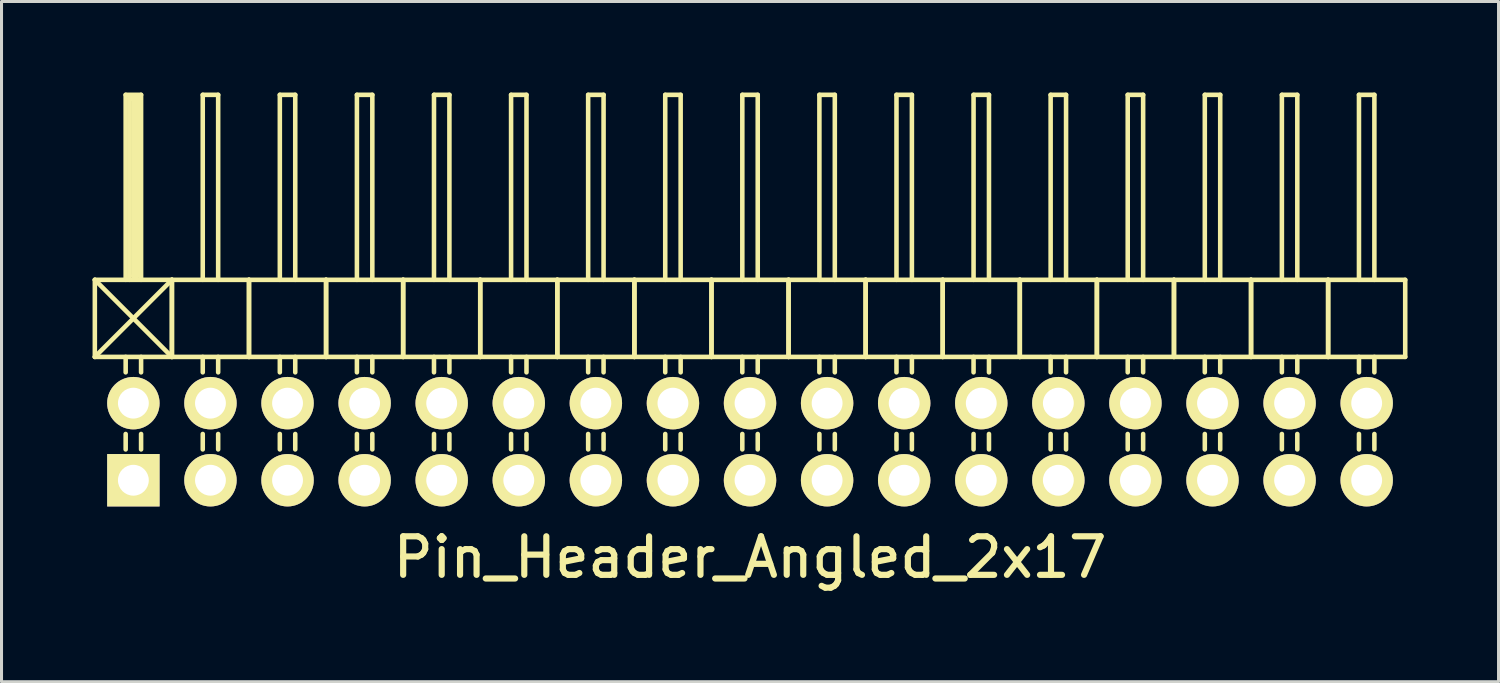
<source format=kicad_pcb>
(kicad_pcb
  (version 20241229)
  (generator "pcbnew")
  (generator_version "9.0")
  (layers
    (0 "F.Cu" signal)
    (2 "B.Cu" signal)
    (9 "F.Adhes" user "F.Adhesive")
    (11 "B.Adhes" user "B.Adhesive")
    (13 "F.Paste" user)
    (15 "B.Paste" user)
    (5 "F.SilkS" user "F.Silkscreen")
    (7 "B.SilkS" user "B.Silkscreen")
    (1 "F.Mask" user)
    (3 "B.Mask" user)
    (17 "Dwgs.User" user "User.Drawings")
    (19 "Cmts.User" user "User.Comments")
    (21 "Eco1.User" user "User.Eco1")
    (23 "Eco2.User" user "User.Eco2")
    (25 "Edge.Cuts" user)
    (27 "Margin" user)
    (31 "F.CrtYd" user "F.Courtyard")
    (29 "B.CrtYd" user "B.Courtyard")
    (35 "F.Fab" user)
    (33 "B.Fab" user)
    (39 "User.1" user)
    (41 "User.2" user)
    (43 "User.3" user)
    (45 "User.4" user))
  (footprint "Pin_Header_Angled_2x17"
    (layer "F.Cu")
    (at 21.665 11.505)
    (property "Reference" "Pin_Header_Angled_2x17" (at 0 3.81 0) (layer "F.SilkS") (effects (font (size 1.27 1.27) (thickness 0.203))))
    (attr through_hole)
    (fp_line (start -21.59 -5.334) (end -19.05 -2.794) (stroke (width 0.15) (type solid)) (layer "F.SilkS"))
    (fp_line (start -21.59 -2.794) (end -21.59 -5.334) (stroke (width 0.15) (type solid)) (layer "F.SilkS"))
    (fp_line (start -21.59 -2.794) (end -19.05 -5.334) (stroke (width 0.15) (type solid)) (layer "F.SilkS"))
    (fp_line (start -21.59 -2.794) (end -19.05 -2.794) (stroke (width 0.15) (type solid)) (layer "F.SilkS"))
    (fp_line (start -20.574 -11.43) (end -20.066 -11.43) (stroke (width 0.15) (type solid)) (layer "F.SilkS"))
    (fp_line (start -20.574 -5.334) (end -20.574 -11.43) (stroke (width 0.15) (type solid)) (layer "F.SilkS"))
    (fp_line (start -20.574 -2.794) (end -20.574 -2.286) (stroke (width 0.15) (type solid)) (layer "F.SilkS"))
    (fp_line (start -20.574 -0.254) (end -20.574 0.254) (stroke (width 0.15) (type solid)) (layer "F.SilkS"))
    (fp_line (start -20.447 -11.303) (end -20.193 -11.303) (stroke (width 0.15) (type solid)) (layer "F.SilkS"))
    (fp_line (start -20.447 -5.334) (end -20.447 -11.303) (stroke (width 0.15) (type solid)) (layer "F.SilkS"))
    (fp_line (start -20.32 -5.461) (end -20.32 -11.303) (stroke (width 0.15) (type solid)) (layer "F.SilkS"))
    (fp_line (start -20.193 -11.303) (end -20.193 -5.461) (stroke (width 0.15) (type solid)) (layer "F.SilkS"))
    (fp_line (start -20.193 -5.461) (end -20.32 -5.461) (stroke (width 0.15) (type solid)) (layer "F.SilkS"))
    (fp_line (start -20.066 -11.43) (end -20.066 -5.334) (stroke (width 0.15) (type solid)) (layer "F.SilkS"))
    (fp_line (start -20.066 -2.794) (end -20.066 -2.286) (stroke (width 0.15) (type solid)) (layer "F.SilkS"))
    (fp_line (start -20.066 -0.254) (end -20.066 0.254) (stroke (width 0.15) (type solid)) (layer "F.SilkS"))
    (fp_line (start -19.05 -5.334) (end -21.59 -5.334) (stroke (width 0.15) (type solid)) (layer "F.SilkS"))
    (fp_line (start -19.05 -2.794) (end -19.05 -5.334) (stroke (width 0.15) (type solid)) (layer "F.SilkS"))
    (fp_line (start -19.05 -2.794) (end -19.05 -5.334) (stroke (width 0.15) (type solid)) (layer "F.SilkS"))
    (fp_line (start -19.05 -2.794) (end -16.51 -2.794) (stroke (width 0.15) (type solid)) (layer "F.SilkS"))
    (fp_line (start -18.034 -11.43) (end -17.526 -11.43) (stroke (width 0.15) (type solid)) (layer "F.SilkS"))
    (fp_line (start -18.034 -5.334) (end -18.034 -11.43) (stroke (width 0.15) (type solid)) (layer "F.SilkS"))
    (fp_line (start -18.034 -2.794) (end -18.034 -2.286) (stroke (width 0.15) (type solid)) (layer "F.SilkS"))
    (fp_line (start -18.034 -0.254) (end -18.034 0.254) (stroke (width 0.15) (type solid)) (layer "F.SilkS"))
    (fp_line (start -17.526 -11.43) (end -17.526 -5.334) (stroke (width 0.15) (type solid)) (layer "F.SilkS"))
    (fp_line (start -17.526 -2.794) (end -17.526 -2.286) (stroke (width 0.15) (type solid)) (layer "F.SilkS"))
    (fp_line (start -17.526 -0.254) (end -17.526 0.254) (stroke (width 0.15) (type solid)) (layer "F.SilkS"))
    (fp_line (start -16.51 -5.334) (end -19.05 -5.334) (stroke (width 0.15) (type solid)) (layer "F.SilkS"))
    (fp_line (start -16.51 -2.794) (end -16.51 -5.334) (stroke (width 0.15) (type solid)) (layer "F.SilkS"))
    (fp_line (start -16.51 -2.794) (end -16.51 -5.334) (stroke (width 0.15) (type solid)) (layer "F.SilkS"))
    (fp_line (start -16.51 -2.794) (end -13.97 -2.794) (stroke (width 0.15) (type solid)) (layer "F.SilkS"))
    (fp_line (start -15.494 -11.43) (end -14.986 -11.43) (stroke (width 0.15) (type solid)) (layer "F.SilkS"))
    (fp_line (start -15.494 -5.334) (end -15.494 -11.43) (stroke (width 0.15) (type solid)) (layer "F.SilkS"))
    (fp_line (start -15.494 -2.794) (end -15.494 -2.286) (stroke (width 0.15) (type solid)) (layer "F.SilkS"))
    (fp_line (start -15.494 -0.254) (end -15.494 0.254) (stroke (width 0.15) (type solid)) (layer "F.SilkS"))
    (fp_line (start -14.986 -11.43) (end -14.986 -5.334) (stroke (width 0.15) (type solid)) (layer "F.SilkS"))
    (fp_line (start -14.986 -2.794) (end -14.986 -2.286) (stroke (width 0.15) (type solid)) (layer "F.SilkS"))
    (fp_line (start -14.986 -0.254) (end -14.986 0.254) (stroke (width 0.15) (type solid)) (layer "F.SilkS"))
    (fp_line (start -13.97 -5.334) (end -16.51 -5.334) (stroke (width 0.15) (type solid)) (layer "F.SilkS"))
    (fp_line (start -13.97 -2.794) (end -13.97 -5.334) (stroke (width 0.15) (type solid)) (layer "F.SilkS"))
    (fp_line (start -13.97 -2.794) (end -13.97 -5.334) (stroke (width 0.15) (type solid)) (layer "F.SilkS"))
    (fp_line (start -13.97 -2.794) (end -11.43 -2.794) (stroke (width 0.15) (type solid)) (layer "F.SilkS"))
    (fp_line (start -12.954 -11.43) (end -12.446 -11.43) (stroke (width 0.15) (type solid)) (layer "F.SilkS"))
    (fp_line (start -12.954 -5.334) (end -12.954 -11.43) (stroke (width 0.15) (type solid)) (layer "F.SilkS"))
    (fp_line (start -12.954 -2.794) (end -12.954 -2.286) (stroke (width 0.15) (type solid)) (layer "F.SilkS"))
    (fp_line (start -12.954 -0.254) (end -12.954 0.254) (stroke (width 0.15) (type solid)) (layer "F.SilkS"))
    (fp_line (start -12.446 -11.43) (end -12.446 -5.334) (stroke (width 0.15) (type solid)) (layer "F.SilkS"))
    (fp_line (start -12.446 -2.794) (end -12.446 -2.286) (stroke (width 0.15) (type solid)) (layer "F.SilkS"))
    (fp_line (start -12.446 -0.254) (end -12.446 0.254) (stroke (width 0.15) (type solid)) (layer "F.SilkS"))
    (fp_line (start -11.43 -5.334) (end -13.97 -5.334) (stroke (width 0.15) (type solid)) (layer "F.SilkS"))
    (fp_line (start -11.43 -2.794) (end -11.43 -5.334) (stroke (width 0.15) (type solid)) (layer "F.SilkS"))
    (fp_line (start -11.43 -2.794) (end -11.43 -5.334) (stroke (width 0.15) (type solid)) (layer "F.SilkS"))
    (fp_line (start -11.43 -2.794) (end -8.89 -2.794) (stroke (width 0.15) (type solid)) (layer "F.SilkS"))
    (fp_line (start -10.414 -11.43) (end -9.906 -11.43) (stroke (width 0.15) (type solid)) (layer "F.SilkS"))
    (fp_line (start -10.414 -5.334) (end -10.414 -11.43) (stroke (width 0.15) (type solid)) (layer "F.SilkS"))
    (fp_line (start -10.414 -2.794) (end -10.414 -2.286) (stroke (width 0.15) (type solid)) (layer "F.SilkS"))
    (fp_line (start -10.414 -0.254) (end -10.414 0.254) (stroke (width 0.15) (type solid)) (layer "F.SilkS"))
    (fp_line (start -9.906 -11.43) (end -9.906 -5.334) (stroke (width 0.15) (type solid)) (layer "F.SilkS"))
    (fp_line (start -9.906 -2.794) (end -9.906 -2.286) (stroke (width 0.15) (type solid)) (layer "F.SilkS"))
    (fp_line (start -9.906 -0.254) (end -9.906 0.254) (stroke (width 0.15) (type solid)) (layer "F.SilkS"))
    (fp_line (start -8.89 -5.334) (end -11.43 -5.334) (stroke (width 0.15) (type solid)) (layer "F.SilkS"))
    (fp_line (start -8.89 -2.794) (end -8.89 -5.334) (stroke (width 0.15) (type solid)) (layer "F.SilkS"))
    (fp_line (start -8.89 -2.794) (end -8.89 -5.334) (stroke (width 0.15) (type solid)) (layer "F.SilkS"))
    (fp_line (start -8.89 -2.794) (end -6.35 -2.794) (stroke (width 0.15) (type solid)) (layer "F.SilkS"))
    (fp_line (start -7.874 -11.43) (end -7.366 -11.43) (stroke (width 0.15) (type solid)) (layer "F.SilkS"))
    (fp_line (start -7.874 -5.334) (end -7.874 -11.43) (stroke (width 0.15) (type solid)) (layer "F.SilkS"))
    (fp_line (start -7.874 -2.794) (end -7.874 -2.286) (stroke (width 0.15) (type solid)) (layer "F.SilkS"))
    (fp_line (start -7.874 -0.254) (end -7.874 0.254) (stroke (width 0.15) (type solid)) (layer "F.SilkS"))
    (fp_line (start -7.366 -11.43) (end -7.366 -5.334) (stroke (width 0.15) (type solid)) (layer "F.SilkS"))
    (fp_line (start -7.366 -2.794) (end -7.366 -2.286) (stroke (width 0.15) (type solid)) (layer "F.SilkS"))
    (fp_line (start -7.366 -0.254) (end -7.366 0.254) (stroke (width 0.15) (type solid)) (layer "F.SilkS"))
    (fp_line (start -6.35 -5.334) (end -8.89 -5.334) (stroke (width 0.15) (type solid)) (layer "F.SilkS"))
    (fp_line (start -6.35 -2.794) (end -6.35 -5.334) (stroke (width 0.15) (type solid)) (layer "F.SilkS"))
    (fp_line (start -6.35 -2.794) (end -6.35 -5.334) (stroke (width 0.15) (type solid)) (layer "F.SilkS"))
    (fp_line (start -6.35 -2.794) (end -3.81 -2.794) (stroke (width 0.15) (type solid)) (layer "F.SilkS"))
    (fp_line (start -5.334 -11.43) (end -4.826 -11.43) (stroke (width 0.15) (type solid)) (layer "F.SilkS"))
    (fp_line (start -5.334 -5.334) (end -5.334 -11.43) (stroke (width 0.15) (type solid)) (layer "F.SilkS"))
    (fp_line (start -5.334 -2.794) (end -5.334 -2.286) (stroke (width 0.15) (type solid)) (layer "F.SilkS"))
    (fp_line (start -5.334 -0.254) (end -5.334 0.254) (stroke (width 0.15) (type solid)) (layer "F.SilkS"))
    (fp_line (start -4.826 -11.43) (end -4.826 -5.334) (stroke (width 0.15) (type solid)) (layer "F.SilkS"))
    (fp_line (start -4.826 -2.794) (end -4.826 -2.286) (stroke (width 0.15) (type solid)) (layer "F.SilkS"))
    (fp_line (start -4.826 -0.254) (end -4.826 0.254) (stroke (width 0.15) (type solid)) (layer "F.SilkS"))
    (fp_line (start -3.81 -5.334) (end -6.35 -5.334) (stroke (width 0.15) (type solid)) (layer "F.SilkS"))
    (fp_line (start -3.81 -2.794) (end -3.81 -5.334) (stroke (width 0.15) (type solid)) (layer "F.SilkS"))
    (fp_line (start -3.81 -2.794) (end -3.81 -5.334) (stroke (width 0.15) (type solid)) (layer "F.SilkS"))
    (fp_line (start -3.81 -2.794) (end -1.27 -2.794) (stroke (width 0.15) (type solid)) (layer "F.SilkS"))
    (fp_line (start -2.794 -11.43) (end -2.286 -11.43) (stroke (width 0.15) (type solid)) (layer "F.SilkS"))
    (fp_line (start -2.794 -5.334) (end -2.794 -11.43) (stroke (width 0.15) (type solid)) (layer "F.SilkS"))
    (fp_line (start -2.794 -2.794) (end -2.794 -2.286) (stroke (width 0.15) (type solid)) (layer "F.SilkS"))
    (fp_line (start -2.794 -0.254) (end -2.794 0.254) (stroke (width 0.15) (type solid)) (layer "F.SilkS"))
    (fp_line (start -2.286 -11.43) (end -2.286 -5.334) (stroke (width 0.15) (type solid)) (layer "F.SilkS"))
    (fp_line (start -2.286 -2.794) (end -2.286 -2.286) (stroke (width 0.15) (type solid)) (layer "F.SilkS"))
    (fp_line (start -2.286 -0.254) (end -2.286 0.254) (stroke (width 0.15) (type solid)) (layer "F.SilkS"))
    (fp_line (start -1.27 -5.334) (end -3.81 -5.334) (stroke (width 0.15) (type solid)) (layer "F.SilkS"))
    (fp_line (start -1.27 -2.794) (end -1.27 -5.334) (stroke (width 0.15) (type solid)) (layer "F.SilkS"))
    (fp_line (start -1.27 -2.794) (end -1.27 -5.334) (stroke (width 0.15) (type solid)) (layer "F.SilkS"))
    (fp_line (start -1.27 -2.794) (end 1.27 -2.794) (stroke (width 0.15) (type solid)) (layer "F.SilkS"))
    (fp_line (start -0.254 -11.43) (end 0.254 -11.43) (stroke (width 0.15) (type solid)) (layer "F.SilkS"))
    (fp_line (start -0.254 -5.334) (end -0.254 -11.43) (stroke (width 0.15) (type solid)) (layer "F.SilkS"))
    (fp_line (start -0.254 -2.794) (end -0.254 -2.286) (stroke (width 0.15) (type solid)) (layer "F.SilkS"))
    (fp_line (start -0.254 -0.254) (end -0.254 0.254) (stroke (width 0.15) (type solid)) (layer "F.SilkS"))
    (fp_line (start 0.254 -11.43) (end 0.254 -5.334) (stroke (width 0.15) (type solid)) (layer "F.SilkS"))
    (fp_line (start 0.254 -2.794) (end 0.254 -2.286) (stroke (width 0.15) (type solid)) (layer "F.SilkS"))
    (fp_line (start 0.254 -0.254) (end 0.254 0.254) (stroke (width 0.15) (type solid)) (layer "F.SilkS"))
    (fp_line (start 1.27 -5.334) (end -1.27 -5.334) (stroke (width 0.15) (type solid)) (layer "F.SilkS"))
    (fp_line (start 1.27 -2.794) (end 1.27 -5.334) (stroke (width 0.15) (type solid)) (layer "F.SilkS"))
    (fp_line (start 1.27 -2.794) (end 1.27 -5.334) (stroke (width 0.15) (type solid)) (layer "F.SilkS"))
    (fp_line (start 1.27 -2.794) (end 3.81 -2.794) (stroke (width 0.15) (type solid)) (layer "F.SilkS"))
    (fp_line (start 2.286 -11.43) (end 2.794 -11.43) (stroke (width 0.15) (type solid)) (layer "F.SilkS"))
    (fp_line (start 2.286 -5.334) (end 2.286 -11.43) (stroke (width 0.15) (type solid)) (layer "F.SilkS"))
    (fp_line (start 2.286 -2.794) (end 2.286 -2.286) (stroke (width 0.15) (type solid)) (layer "F.SilkS"))
    (fp_line (start 2.286 -0.254) (end 2.286 0.254) (stroke (width 0.15) (type solid)) (layer "F.SilkS"))
    (fp_line (start 2.794 -11.43) (end 2.794 -5.334) (stroke (width 0.15) (type solid)) (layer "F.SilkS"))
    (fp_line (start 2.794 -2.794) (end 2.794 -2.286) (stroke (width 0.15) (type solid)) (layer "F.SilkS"))
    (fp_line (start 2.794 -0.254) (end 2.794 0.254) (stroke (width 0.15) (type solid)) (layer "F.SilkS"))
    (fp_line (start 3.81 -5.334) (end 1.27 -5.334) (stroke (width 0.15) (type solid)) (layer "F.SilkS"))
    (fp_line (start 3.81 -2.794) (end 3.81 -5.334) (stroke (width 0.15) (type solid)) (layer "F.SilkS"))
    (fp_line (start 3.81 -2.794) (end 3.81 -5.334) (stroke (width 0.15) (type solid)) (layer "F.SilkS"))
    (fp_line (start 3.81 -2.794) (end 6.35 -2.794) (stroke (width 0.15) (type solid)) (layer "F.SilkS"))
    (fp_line (start 4.826 -11.43) (end 5.334 -11.43) (stroke (width 0.15) (type solid)) (layer "F.SilkS"))
    (fp_line (start 4.826 -5.334) (end 4.826 -11.43) (stroke (width 0.15) (type solid)) (layer "F.SilkS"))
    (fp_line (start 4.826 -2.794) (end 4.826 -2.286) (stroke (width 0.15) (type solid)) (layer "F.SilkS"))
    (fp_line (start 4.826 -0.254) (end 4.826 0.254) (stroke (width 0.15) (type solid)) (layer "F.SilkS"))
    (fp_line (start 5.334 -11.43) (end 5.334 -5.334) (stroke (width 0.15) (type solid)) (layer "F.SilkS"))
    (fp_line (start 5.334 -2.794) (end 5.334 -2.286) (stroke (width 0.15) (type solid)) (layer "F.SilkS"))
    (fp_line (start 5.334 -0.254) (end 5.334 0.254) (stroke (width 0.15) (type solid)) (layer "F.SilkS"))
    (fp_line (start 6.35 -5.334) (end 3.81 -5.334) (stroke (width 0.15) (type solid)) (layer "F.SilkS"))
    (fp_line (start 6.35 -2.794) (end 6.35 -5.334) (stroke (width 0.15) (type solid)) (layer "F.SilkS"))
    (fp_line (start 6.35 -2.794) (end 6.35 -5.334) (stroke (width 0.15) (type solid)) (layer "F.SilkS"))
    (fp_line (start 6.35 -2.794) (end 8.89 -2.794) (stroke (width 0.15) (type solid)) (layer "F.SilkS"))
    (fp_line (start 7.366 -11.43) (end 7.874 -11.43) (stroke (width 0.15) (type solid)) (layer "F.SilkS"))
    (fp_line (start 7.366 -5.334) (end 7.366 -11.43) (stroke (width 0.15) (type solid)) (layer "F.SilkS"))
    (fp_line (start 7.366 -2.794) (end 7.366 -2.286) (stroke (width 0.15) (type solid)) (layer "F.SilkS"))
    (fp_line (start 7.366 -0.254) (end 7.366 0.254) (stroke (width 0.15) (type solid)) (layer "F.SilkS"))
    (fp_line (start 7.874 -11.43) (end 7.874 -5.334) (stroke (width 0.15) (type solid)) (layer "F.SilkS"))
    (fp_line (start 7.874 -2.794) (end 7.874 -2.286) (stroke (width 0.15) (type solid)) (layer "F.SilkS"))
    (fp_line (start 7.874 -0.254) (end 7.874 0.254) (stroke (width 0.15) (type solid)) (layer "F.SilkS"))
    (fp_line (start 8.89 -5.334) (end 6.35 -5.334) (stroke (width 0.15) (type solid)) (layer "F.SilkS"))
    (fp_line (start 8.89 -2.794) (end 8.89 -5.334) (stroke (width 0.15) (type solid)) (layer "F.SilkS"))
    (fp_line (start 8.89 -2.794) (end 8.89 -5.334) (stroke (width 0.15) (type solid)) (layer "F.SilkS"))
    (fp_line (start 8.89 -2.794) (end 11.43 -2.794) (stroke (width 0.15) (type solid)) (layer "F.SilkS"))
    (fp_line (start 9.906 -11.43) (end 10.414 -11.43) (stroke (width 0.15) (type solid)) (layer "F.SilkS"))
    (fp_line (start 9.906 -5.334) (end 9.906 -11.43) (stroke (width 0.15) (type solid)) (layer "F.SilkS"))
    (fp_line (start 9.906 -2.794) (end 9.906 -2.286) (stroke (width 0.15) (type solid)) (layer "F.SilkS"))
    (fp_line (start 9.906 -0.254) (end 9.906 0.254) (stroke (width 0.15) (type solid)) (layer "F.SilkS"))
    (fp_line (start 10.414 -11.43) (end 10.414 -5.334) (stroke (width 0.15) (type solid)) (layer "F.SilkS"))
    (fp_line (start 10.414 -2.794) (end 10.414 -2.286) (stroke (width 0.15) (type solid)) (layer "F.SilkS"))
    (fp_line (start 10.414 -0.254) (end 10.414 0.254) (stroke (width 0.15) (type solid)) (layer "F.SilkS"))
    (fp_line (start 11.43 -5.334) (end 8.89 -5.334) (stroke (width 0.15) (type solid)) (layer "F.SilkS"))
    (fp_line (start 11.43 -2.794) (end 11.43 -5.334) (stroke (width 0.15) (type solid)) (layer "F.SilkS"))
    (fp_line (start 11.43 -2.794) (end 11.43 -5.334) (stroke (width 0.15) (type solid)) (layer "F.SilkS"))
    (fp_line (start 11.43 -2.794) (end 13.97 -2.794) (stroke (width 0.15) (type solid)) (layer "F.SilkS"))
    (fp_line (start 12.446 -11.43) (end 12.954 -11.43) (stroke (width 0.15) (type solid)) (layer "F.SilkS"))
    (fp_line (start 12.446 -5.334) (end 12.446 -11.43) (stroke (width 0.15) (type solid)) (layer "F.SilkS"))
    (fp_line (start 12.446 -2.794) (end 12.446 -2.286) (stroke (width 0.15) (type solid)) (layer "F.SilkS"))
    (fp_line (start 12.446 -0.254) (end 12.446 0.254) (stroke (width 0.15) (type solid)) (layer "F.SilkS"))
    (fp_line (start 12.954 -11.43) (end 12.954 -5.334) (stroke (width 0.15) (type solid)) (layer "F.SilkS"))
    (fp_line (start 12.954 -2.794) (end 12.954 -2.286) (stroke (width 0.15) (type solid)) (layer "F.SilkS"))
    (fp_line (start 12.954 -0.254) (end 12.954 0.254) (stroke (width 0.15) (type solid)) (layer "F.SilkS"))
    (fp_line (start 13.97 -5.334) (end 11.43 -5.334) (stroke (width 0.15) (type solid)) (layer "F.SilkS"))
    (fp_line (start 13.97 -2.794) (end 13.97 -5.334) (stroke (width 0.15) (type solid)) (layer "F.SilkS"))
    (fp_line (start 13.97 -2.794) (end 13.97 -5.334) (stroke (width 0.15) (type solid)) (layer "F.SilkS"))
    (fp_line (start 13.97 -2.794) (end 16.51 -2.794) (stroke (width 0.15) (type solid)) (layer "F.SilkS"))
    (fp_line (start 14.986 -11.43) (end 15.494 -11.43) (stroke (width 0.15) (type solid)) (layer "F.SilkS"))
    (fp_line (start 14.986 -5.334) (end 14.986 -11.43) (stroke (width 0.15) (type solid)) (layer "F.SilkS"))
    (fp_line (start 14.986 -2.794) (end 14.986 -2.286) (stroke (width 0.15) (type solid)) (layer "F.SilkS"))
    (fp_line (start 14.986 -0.254) (end 14.986 0.254) (stroke (width 0.15) (type solid)) (layer "F.SilkS"))
    (fp_line (start 15.494 -11.43) (end 15.494 -5.334) (stroke (width 0.15) (type solid)) (layer "F.SilkS"))
    (fp_line (start 15.494 -2.794) (end 15.494 -2.286) (stroke (width 0.15) (type solid)) (layer "F.SilkS"))
    (fp_line (start 15.494 -0.254) (end 15.494 0.254) (stroke (width 0.15) (type solid)) (layer "F.SilkS"))
    (fp_line (start 16.51 -5.334) (end 13.97 -5.334) (stroke (width 0.15) (type solid)) (layer "F.SilkS"))
    (fp_line (start 16.51 -2.794) (end 16.51 -5.334) (stroke (width 0.15) (type solid)) (layer "F.SilkS"))
    (fp_line (start 16.51 -2.794) (end 16.51 -5.334) (stroke (width 0.15) (type solid)) (layer "F.SilkS"))
    (fp_line (start 16.51 -2.794) (end 19.05 -2.794) (stroke (width 0.15) (type solid)) (layer "F.SilkS"))
    (fp_line (start 17.526 -11.43) (end 18.034 -11.43) (stroke (width 0.15) (type solid)) (layer "F.SilkS"))
    (fp_line (start 17.526 -5.334) (end 17.526 -11.43) (stroke (width 0.15) (type solid)) (layer "F.SilkS"))
    (fp_line (start 17.526 -2.794) (end 17.526 -2.286) (stroke (width 0.15) (type solid)) (layer "F.SilkS"))
    (fp_line (start 17.526 -0.254) (end 17.526 0.254) (stroke (width 0.15) (type solid)) (layer "F.SilkS"))
    (fp_line (start 18.034 -11.43) (end 18.034 -5.334) (stroke (width 0.15) (type solid)) (layer "F.SilkS"))
    (fp_line (start 18.034 -2.794) (end 18.034 -2.286) (stroke (width 0.15) (type solid)) (layer "F.SilkS"))
    (fp_line (start 18.034 -0.254) (end 18.034 0.254) (stroke (width 0.15) (type solid)) (layer "F.SilkS"))
    (fp_line (start 19.05 -5.334) (end 16.51 -5.334) (stroke (width 0.15) (type solid)) (layer "F.SilkS"))
    (fp_line (start 19.05 -2.794) (end 19.05 -5.334) (stroke (width 0.15) (type solid)) (layer "F.SilkS"))
    (fp_line (start 19.05 -2.794) (end 19.05 -5.334) (stroke (width 0.15) (type solid)) (layer "F.SilkS"))
    (fp_line (start 19.05 -2.794) (end 21.59 -2.794) (stroke (width 0.15) (type solid)) (layer "F.SilkS"))
    (fp_line (start 20.066 -11.43) (end 20.574 -11.43) (stroke (width 0.15) (type solid)) (layer "F.SilkS"))
    (fp_line (start 20.066 -5.334) (end 20.066 -11.43) (stroke (width 0.15) (type solid)) (layer "F.SilkS"))
    (fp_line (start 20.066 -2.794) (end 20.066 -2.286) (stroke (width 0.15) (type solid)) (layer "F.SilkS"))
    (fp_line (start 20.066 -0.254) (end 20.066 0.254) (stroke (width 0.15) (type solid)) (layer "F.SilkS"))
    (fp_line (start 20.574 -11.43) (end 20.574 -5.334) (stroke (width 0.15) (type solid)) (layer "F.SilkS"))
    (fp_line (start 20.574 -2.794) (end 20.574 -2.286) (stroke (width 0.15) (type solid)) (layer "F.SilkS"))
    (fp_line (start 20.574 -0.254) (end 20.574 0.254) (stroke (width 0.15) (type solid)) (layer "F.SilkS"))
    (fp_line (start 21.59 -5.334) (end 19.05 -5.334) (stroke (width 0.15) (type solid)) (layer "F.SilkS"))
    (fp_line (start 21.59 -2.794) (end 21.59 -5.334) (stroke (width 0.15) (type solid)) (layer "F.SilkS"))
    (pad "1" thru_hole rect (at -20.32 1.27) (size 1.727 1.727) (drill 1.016) (layers "*.Cu" "*.Mask" "F.SilkS"))
    (pad "2" thru_hole oval (at -20.32 -1.27) (size 1.727 1.727) (drill 1.016) (layers "*.Cu" "*.Mask" "F.SilkS"))
    (pad "3" thru_hole oval (at -17.78 1.27) (size 1.727 1.727) (drill 1.016) (layers "*.Cu" "*.Mask" "F.SilkS"))
    (pad "4" thru_hole oval (at -17.78 -1.27) (size 1.727 1.727) (drill 1.016) (layers "*.Cu" "*.Mask" "F.SilkS"))
    (pad "5" thru_hole oval (at -15.24 1.27) (size 1.727 1.727) (drill 1.016) (layers "*.Cu" "*.Mask" "F.SilkS"))
    (pad "6" thru_hole oval (at -15.24 -1.27) (size 1.727 1.727) (drill 1.016) (layers "*.Cu" "*.Mask" "F.SilkS"))
    (pad "7" thru_hole oval (at -12.7 1.27) (size 1.727 1.727) (drill 1.016) (layers "*.Cu" "*.Mask" "F.SilkS"))
    (pad "8" thru_hole oval (at -12.7 -1.27) (size 1.727 1.727) (drill 1.016) (layers "*.Cu" "*.Mask" "F.SilkS"))
    (pad "9" thru_hole oval (at -10.16 1.27) (size 1.727 1.727) (drill 1.016) (layers "*.Cu" "*.Mask" "F.SilkS"))
    (pad "10" thru_hole oval (at -10.16 -1.27) (size 1.727 1.727) (drill 1.016) (layers "*.Cu" "*.Mask" "F.SilkS"))
    (pad "11" thru_hole oval (at -7.62 1.27) (size 1.727 1.727) (drill 1.016) (layers "*.Cu" "*.Mask" "F.SilkS"))
    (pad "12" thru_hole oval (at -7.62 -1.27) (size 1.727 1.727) (drill 1.016) (layers "*.Cu" "*.Mask" "F.SilkS"))
    (pad "13" thru_hole oval (at -5.08 1.27) (size 1.727 1.727) (drill 1.016) (layers "*.Cu" "*.Mask" "F.SilkS"))
    (pad "14" thru_hole oval (at -5.08 -1.27) (size 1.727 1.727) (drill 1.016) (layers "*.Cu" "*.Mask" "F.SilkS"))
    (pad "15" thru_hole oval (at -2.54 1.27) (size 1.727 1.727) (drill 1.016) (layers "*.Cu" "*.Mask" "F.SilkS"))
    (pad "16" thru_hole oval (at -2.54 -1.27) (size 1.727 1.727) (drill 1.016) (layers "*.Cu" "*.Mask" "F.SilkS"))
    (pad "17" thru_hole oval (at 0 1.27) (size 1.727 1.727) (drill 1.016) (layers "*.Cu" "*.Mask" "F.SilkS"))
    (pad "18" thru_hole oval (at 0 -1.27) (size 1.727 1.727) (drill 1.016) (layers "*.Cu" "*.Mask" "F.SilkS"))
    (pad "19" thru_hole oval (at 2.54 1.27) (size 1.727 1.727) (drill 1.016) (layers "*.Cu" "*.Mask" "F.SilkS"))
    (pad "20" thru_hole oval (at 2.54 -1.27) (size 1.727 1.727) (drill 1.016) (layers "*.Cu" "*.Mask" "F.SilkS"))
    (pad "21" thru_hole oval (at 5.08 1.27) (size 1.727 1.727) (drill 1.016) (layers "*.Cu" "*.Mask" "F.SilkS"))
    (pad "22" thru_hole oval (at 5.08 -1.27) (size 1.727 1.727) (drill 1.016) (layers "*.Cu" "*.Mask" "F.SilkS"))
    (pad "23" thru_hole oval (at 7.62 1.27) (size 1.727 1.727) (drill 1.016) (layers "*.Cu" "*.Mask" "F.SilkS"))
    (pad "24" thru_hole oval (at 7.62 -1.27) (size 1.727 1.727) (drill 1.016) (layers "*.Cu" "*.Mask" "F.SilkS"))
    (pad "25" thru_hole oval (at 10.16 1.27) (size 1.727 1.727) (drill 1.016) (layers "*.Cu" "*.Mask" "F.SilkS"))
    (pad "26" thru_hole oval (at 10.16 -1.27) (size 1.727 1.727) (drill 1.016) (layers "*.Cu" "*.Mask" "F.SilkS"))
    (pad "27" thru_hole oval (at 12.7 1.27) (size 1.727 1.727) (drill 1.016) (layers "*.Cu" "*.Mask" "F.SilkS"))
    (pad "28" thru_hole oval (at 12.7 -1.27) (size 1.727 1.727) (drill 1.016) (layers "*.Cu" "*.Mask" "F.SilkS"))
    (pad "29" thru_hole oval (at 15.24 1.27) (size 1.727 1.727) (drill 1.016) (layers "*.Cu" "*.Mask" "F.SilkS"))
    (pad "30" thru_hole oval (at 15.24 -1.27) (size 1.727 1.727) (drill 1.016) (layers "*.Cu" "*.Mask" "F.SilkS"))
    (pad "31" thru_hole oval (at 17.78 1.27) (size 1.727 1.727) (drill 1.016) (layers "*.Cu" "*.Mask" "F.SilkS"))
    (pad "32" thru_hole oval (at 17.78 -1.27) (size 1.727 1.727) (drill 1.016) (layers "*.Cu" "*.Mask" "F.SilkS"))
    (pad "33" thru_hole oval (at 20.32 1.27) (size 1.727 1.727) (drill 1.016) (layers "*.Cu" "*.Mask" "F.SilkS"))
    (pad "34" thru_hole oval (at 20.32 -1.27) (size 1.727 1.727) (drill 1.016) (layers "*.Cu" "*.Mask" "F.SilkS")))
  (gr_rect
    (start -3 -3)
    (end 46.33 19.415)
    (stroke (width 0.1) (type default))
    (fill no)
    (layer "Edge.Cuts")))
</source>
